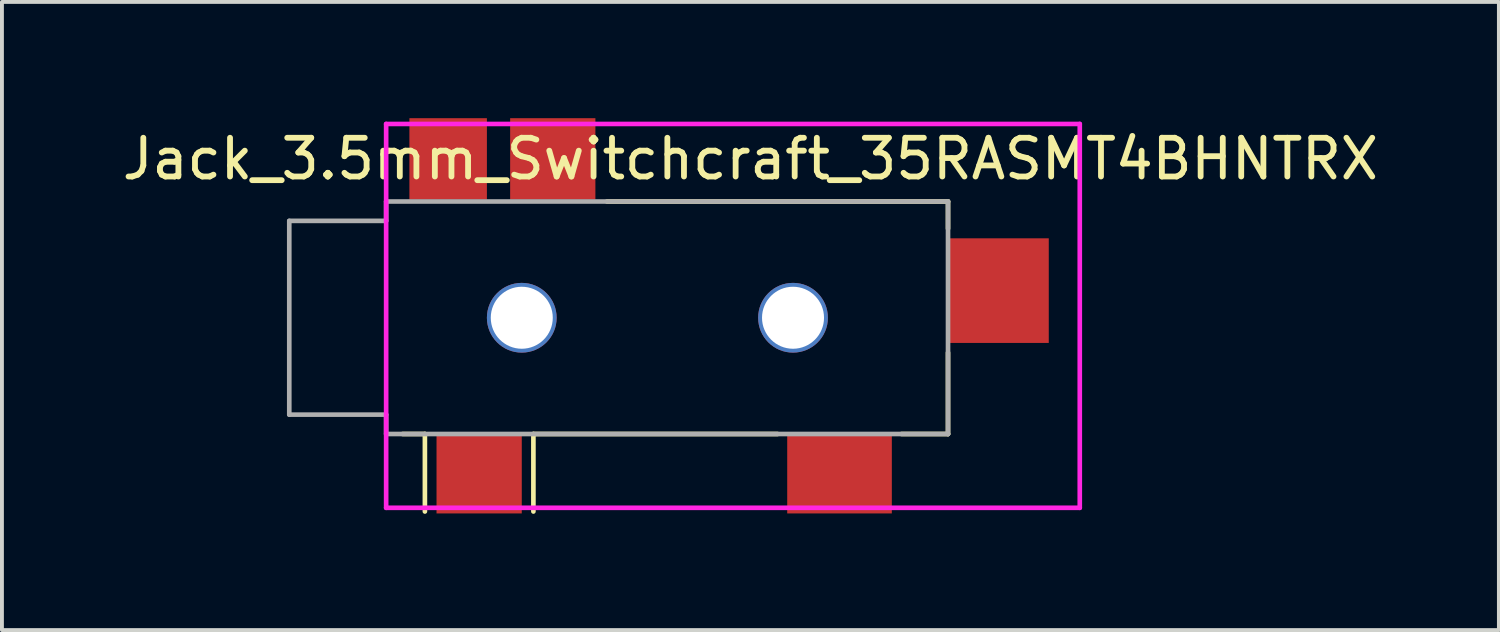
<source format=kicad_pcb>
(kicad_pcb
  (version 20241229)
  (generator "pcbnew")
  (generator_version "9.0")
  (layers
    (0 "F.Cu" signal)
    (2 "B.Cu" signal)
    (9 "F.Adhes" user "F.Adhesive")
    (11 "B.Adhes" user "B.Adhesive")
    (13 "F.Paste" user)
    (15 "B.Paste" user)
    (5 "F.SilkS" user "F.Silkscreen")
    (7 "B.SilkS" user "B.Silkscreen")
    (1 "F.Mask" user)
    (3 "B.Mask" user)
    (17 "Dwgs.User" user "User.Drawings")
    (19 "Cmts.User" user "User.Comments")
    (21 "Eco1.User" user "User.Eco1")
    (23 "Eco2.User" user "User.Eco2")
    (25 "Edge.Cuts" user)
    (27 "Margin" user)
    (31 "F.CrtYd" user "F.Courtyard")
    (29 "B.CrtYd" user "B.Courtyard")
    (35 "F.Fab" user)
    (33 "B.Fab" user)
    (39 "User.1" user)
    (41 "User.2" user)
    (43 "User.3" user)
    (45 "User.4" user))
  (footprint "Jack_3.5mm_Switchcraft_35RASMT4BHNTRX"
    (layer "F.Cu")
    (at 6.915 8.15)
    (property "Reference" "Jack_3.5mm_Switchcraft_35RASMT4BHNTRX" (at 9.4 -7.1 0) (layer "F.SilkS") (effects (font (size 1 1) (thickness 0.15))))
    (attr through_hole)
    (fp_line (start 1 0) (end 0.425 0) (stroke (width 0.12) (type solid)) (layer "F.SilkS"))
    (fp_line (start 1 0) (end 1 2) (stroke (width 0.12) (type solid)) (layer "F.SilkS"))
    (fp_line (start 3.8 0) (end 3.8 2) (stroke (width 0.12) (type solid)) (layer "F.SilkS"))
    (fp_line (start 5.7 -6) (end 14.5 -6) (stroke (width 0.12) (type solid)) (layer "F.SilkS"))
    (fp_line (start 10.1 0) (end 3.8 0) (stroke (width 0.12) (type solid)) (layer "F.SilkS"))
    (fp_line (start 14.5 -6) (end 14.5 -5.3) (stroke (width 0.12) (type solid)) (layer "F.SilkS"))
    (fp_line (start 14.5 -2.1) (end 14.5 0) (stroke (width 0.12) (type solid)) (layer "F.SilkS"))
    (fp_line (start 14.5 0) (end 13.3 0) (stroke (width 0.12) (type solid)) (layer "F.SilkS"))
    (fp_line (start 0 -8.001) (end 0 1.905) (stroke (width 0.12) (type solid)) (layer "F.CrtYd"))
    (fp_line (start 0 1.905) (end 17.9 1.905) (stroke (width 0.12) (type solid)) (layer "F.CrtYd"))
    (fp_line (start 17.9 -8.001) (end 0 -8.001) (stroke (width 0.12) (type solid)) (layer "F.CrtYd"))
    (fp_line (start 17.9 1.905) (end 17.9 -8.001) (stroke (width 0.12) (type solid)) (layer "F.CrtYd"))
    (fp_line (start -2.5 -5.5) (end -2.5 -0.5) (stroke (width 0.12) (type solid)) (layer "F.Fab"))
    (fp_line (start -2.5 -0.5) (end 0 -0.5) (stroke (width 0.12) (type solid)) (layer "F.Fab"))
    (fp_line (start 0 -6) (end 0 -5.5) (stroke (width 0.12) (type solid)) (layer "F.Fab"))
    (fp_line (start 0 -5.5) (end -2.5 -5.5) (stroke (width 0.12) (type solid)) (layer "F.Fab"))
    (fp_line (start 0 -0.5) (end 0 0) (stroke (width 0.12) (type solid)) (layer "F.Fab"))
    (fp_line (start 0 0) (end 14.5 0) (stroke (width 0.12) (type solid)) (layer "F.Fab"))
    (fp_line (start 14.5 -6) (end 0 -6) (stroke (width 0.12) (type solid)) (layer "F.Fab"))
    (fp_line (start 14.5 0) (end 14.5 -6) (stroke (width 0.12) (type solid)) (layer "F.Fab"))
    (pad "" np_thru_hole circle (at 3.5 -3) (size 1.8 1.8) (drill 1.6) (layers "*.Cu" "*.Mask"))
    (pad "" np_thru_hole circle (at 10.5 -3) (size 1.8 1.8) (drill 1.6) (layers "*.Cu" "*.Mask"))
    (pad "R" smd rect (at 2.4 1) (size 2.2 2.1) (layers "F.Cu" "F.Mask" "F.Paste"))
    (pad "RN" smd rect (at 15.8 -3.7) (size 2.6 2.7) (layers "F.Cu" "F.Mask" "F.Paste"))
    (pad "S" smd rect (at 4.3 -7.1) (size 2.2 2.1) (layers "F.Cu" "F.Mask" "F.Paste"))
    (pad "T" smd rect (at 11.7 1) (size 2.7 2.1) (layers "F.Cu" "F.Mask" "F.Paste"))
    (pad "TN" smd rect (at 1.6 -7.1) (size 2 2.1) (layers "F.Cu" "F.Mask" "F.Paste")))
  (gr_rect
    (start -3 -3)
    (end 35.631 13.21)
    (stroke (width 0.1) (type default))
    (fill no)
    (layer "Edge.Cuts")))
</source>
